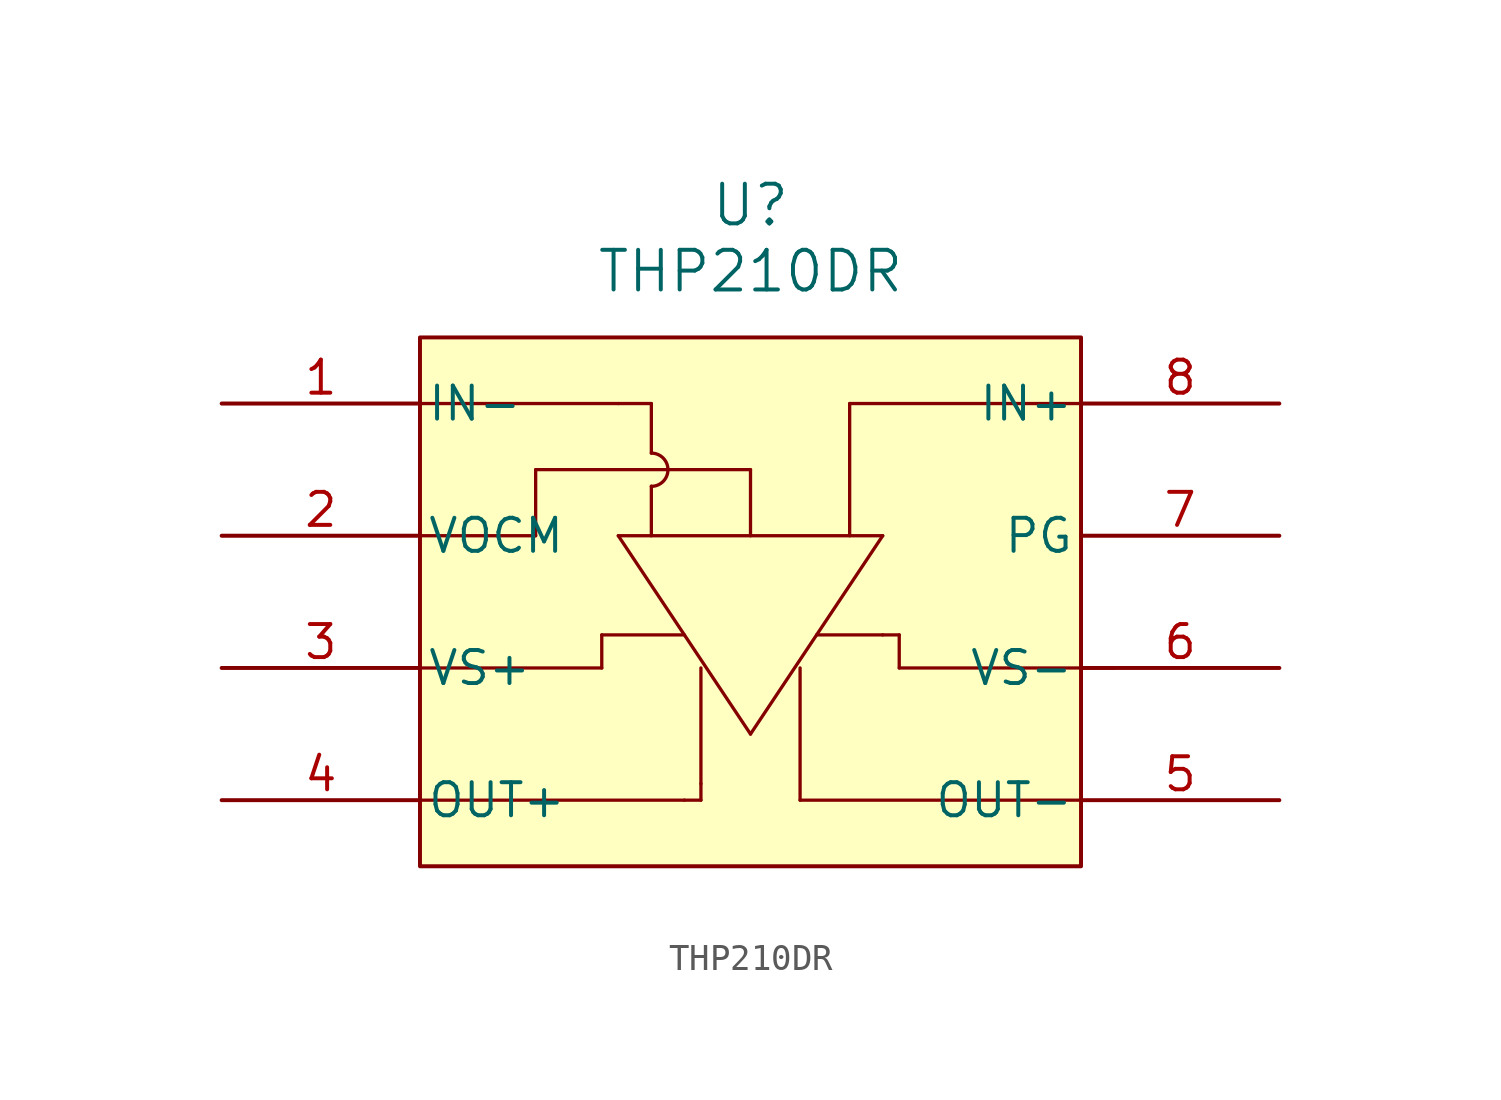
<source format=kicad_sym>
(kicad_symbol_lib
  (version 20220914)
  (generator kicad_symbol_editor)
  (symbol "THP210DR"
    (pin_names
      (offset 0.254))
    (property "Reference" "U"
      (at 20.32 7.62 0)
      (effects (font (size 1.524 1.524))))
    (property "Value" "THP210DR"
      (at 20.32 5.08 0)
      (effects (font (size 1.524 1.524))))
    (symbol "THP210DR_0_1"
      (polyline (pts (xy 7.62 -15.24) (xy 17.78 -15.24)) (stroke (width 0.127) (type default)) (fill (type none)))
      (polyline (pts (xy 7.62 -10.16) (xy 14.605 -10.16)) (stroke (width 0.127) (type default)) (fill (type none)))
      (polyline (pts (xy 7.62 -5.08) (xy 12.065 -5.08)) (stroke (width 0.127) (type default)) (fill (type none)))
      (polyline (pts (xy 7.62 0) (xy 8.255 0)) (stroke (width 0.127) (type default)) (fill (type none)))
      (polyline (pts (xy 8.255 0) (xy 15.24 0)) (stroke (width 0.127) (type default)) (fill (type none)))
      (polyline (pts (xy 12.065 -5.08) (xy 12.065 -2.54)) (stroke (width 0.127) (type default)) (fill (type none)))
      (polyline (pts (xy 12.065 -2.54) (xy 20.32 -2.54)) (stroke (width 0.127) (type default)) (fill (type none)))
      (polyline (pts (xy 14.605 -10.16) (xy 14.605 -8.89)) (stroke (width 0.127) (type default)) (fill (type none)))
      (polyline (pts (xy 14.605 -8.89) (xy 17.78 -8.89)) (stroke (width 0.127) (type default)) (fill (type none)))
      (polyline (pts (xy 15.24 -5.08) (xy 20.32 -12.7)) (stroke (width 0.127) (type default)) (fill (type none)))
      (polyline (pts (xy 15.24 -5.08) (xy 25.4 -5.08)) (stroke (width 0.127) (type default)) (fill (type none)))
      (polyline (pts (xy 15.24 0) (xy 16.51 0)) (stroke (width 0.127) (type default)) (fill (type none)))
      (polyline (pts (xy 16.51 -3.175) (xy 16.51 -5.08)) (stroke (width 0.127) (type default)) (fill (type none)))
      (polyline (pts (xy 16.51 0) (xy 16.51 -1.905)) (stroke (width 0.127) (type default)) (fill (type none)))
      (polyline (pts (xy 18.415 -15.24) (xy 17.78 -15.24)) (stroke (width 0.127) (type default)) (fill (type none)))
      (polyline (pts (xy 18.415 -14.605) (xy 18.415 -15.24)) (stroke (width 0.127) (type default)) (fill (type none)))
      (polyline (pts (xy 18.415 -14.605) (xy 18.415 -10.16)) (stroke (width 0.127) (type default)) (fill (type none)))
      (polyline (pts (xy 20.32 -12.7) (xy 25.4 -5.08)) (stroke (width 0.127) (type default)) (fill (type none)))
      (polyline (pts (xy 20.32 -2.54) (xy 20.32 -5.08)) (stroke (width 0.127) (type default)) (fill (type none)))
      (polyline (pts (xy 22.225 -15.24) (xy 22.225 -10.16)) (stroke (width 0.127) (type default)) (fill (type none)))
      (polyline (pts (xy 22.86 -8.89) (xy 25.4 -8.89)) (stroke (width 0.127) (type default)) (fill (type none)))
      (polyline (pts (xy 24.13 0) (xy 24.13 -5.08)) (stroke (width 0.127) (type default)) (fill (type none)))
      (polyline (pts (xy 25.4 -8.89) (xy 26.035 -8.89)) (stroke (width 0.127) (type default)) (fill (type none)))
      (polyline (pts (xy 26.035 -10.16) (xy 34.29 -10.16)) (stroke (width 0.127) (type default)) (fill (type none)))
      (polyline (pts (xy 26.035 -8.89) (xy 26.035 -10.16)) (stroke (width 0.127) (type default)) (fill (type none)))
      (polyline (pts (xy 33.02 -15.24) (xy 22.225 -15.24)) (stroke (width 0.127) (type default)) (fill (type none)))
      (polyline (pts (xy 33.02 0) (xy 24.13 0)) (stroke (width 0.127) (type default)) (fill (type none)))
      (arc (start 16.51 -3.175) (mid 17.1423 -2.54) (end 16.51 -1.905) (stroke (width 0.127) (type default)) (fill (type none)))
      (pin input line (at 0 0 0) (length 7.62) (name "IN-" (effects (font (size 1.27 1.27)))) (number "1" (effects (font (size 1.27 1.27)))))
      (pin unspecified line (at 0 -5.08 0) (length 7.62) (name "VOCM" (effects (font (size 1.27 1.27)))) (number "2" (effects (font (size 1.27 1.27)))))
      (pin unspecified line (at 0 -10.16 0) (length 7.62) (name "VS+" (effects (font (size 1.27 1.27)))) (number "3" (effects (font (size 1.27 1.27)))))
      (pin output line (at 0 -15.24 0) (length 7.62) (name "OUT+" (effects (font (size 1.27 1.27)))) (number "4" (effects (font (size 1.27 1.27)))))
      (pin output line (at 40.64 -15.24 180) (length 7.62) (name "OUT-" (effects (font (size 1.27 1.27)))) (number "5" (effects (font (size 1.27 1.27)))))
      (pin unspecified line (at 40.64 -10.16 180) (length 7.62) (name "VS-" (effects (font (size 1.27 1.27)))) (number "6" (effects (font (size 1.27 1.27)))))
      (pin unspecified line (at 40.64 -5.08 180) (length 7.62) (name "PG" (effects (font (size 1.27 1.27)))) (number "7" (effects (font (size 1.27 1.27)))))
      (pin input line (at 40.64 0 180) (length 7.62) (name "IN+" (effects (font (size 1.27 1.27)))) (number "8" (effects (font (size 1.27 1.27))))))
    (symbol "THP210DR_1_1"
      (rectangle (start 7.62 2.54) (end 33.02 -17.78) (stroke (width 0) (type default)) (fill (type background))))))
</source>
